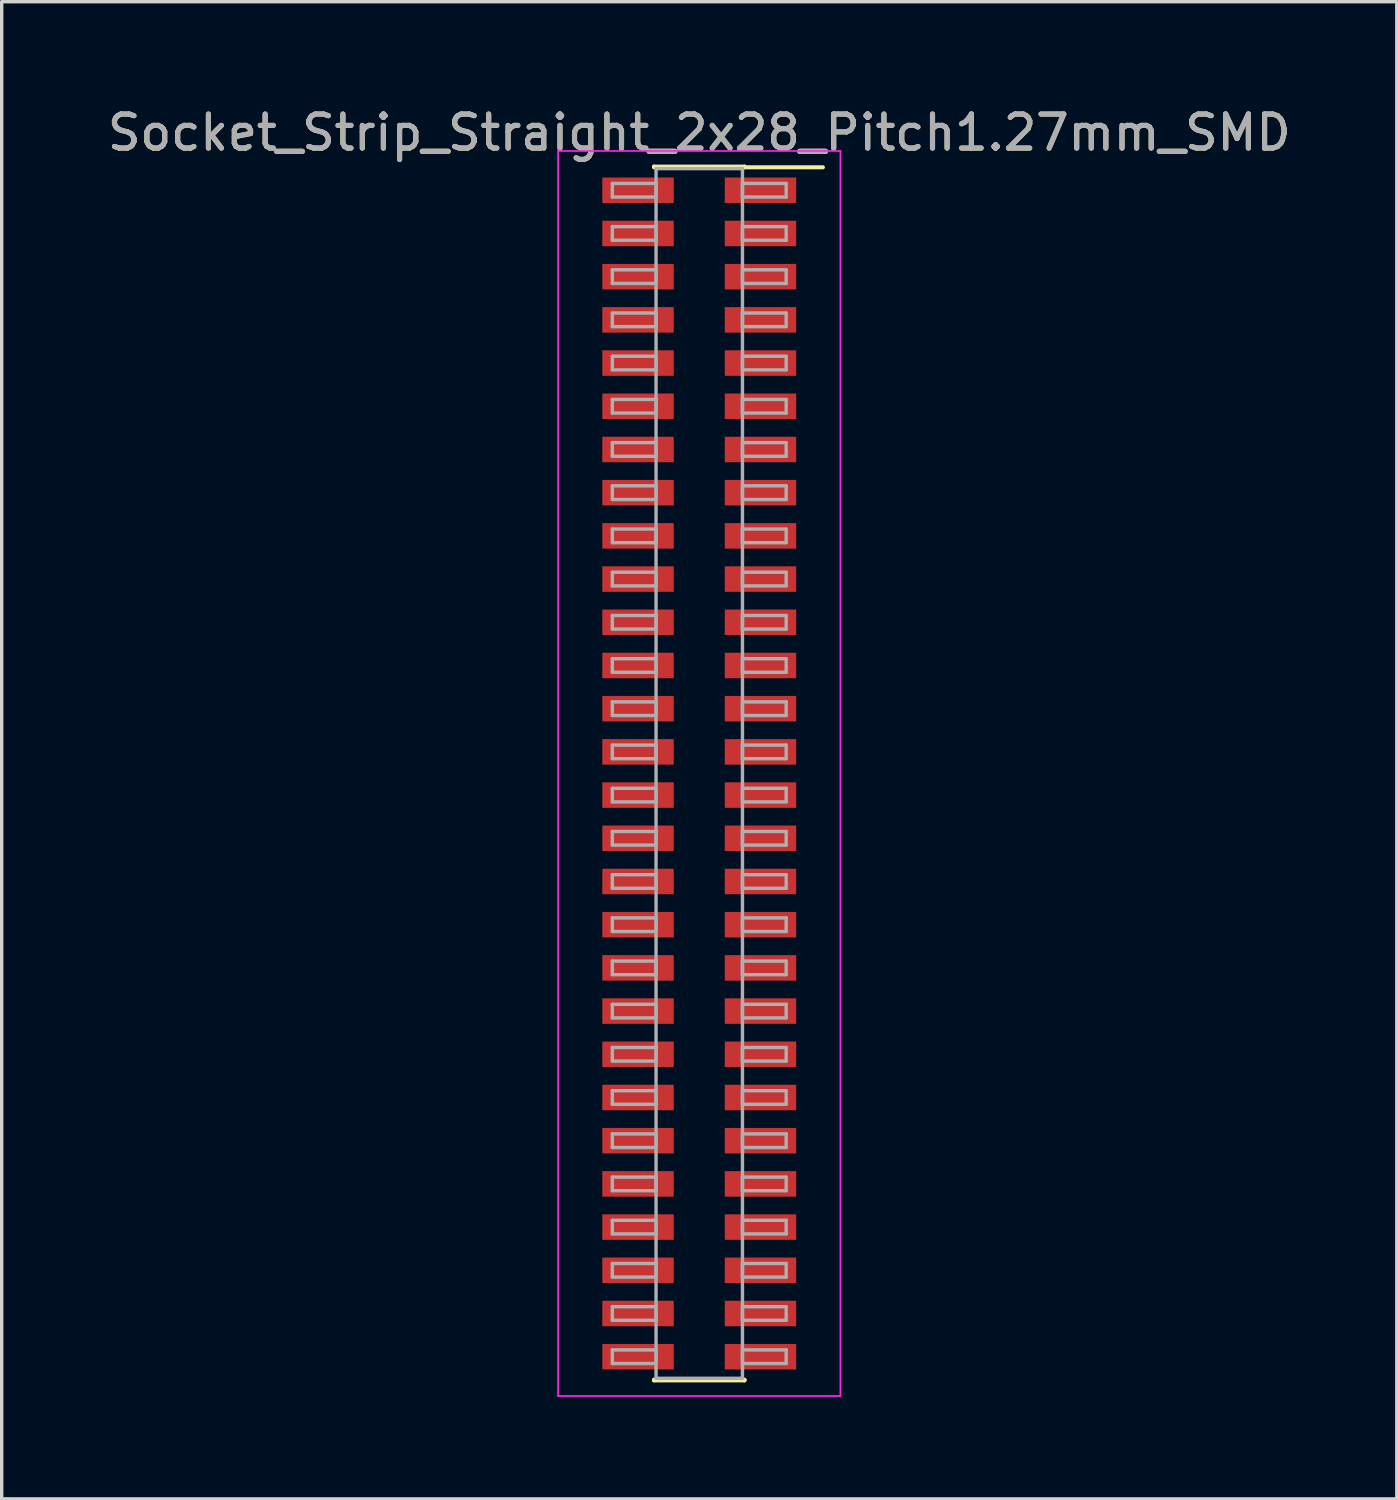
<source format=kicad_pcb>
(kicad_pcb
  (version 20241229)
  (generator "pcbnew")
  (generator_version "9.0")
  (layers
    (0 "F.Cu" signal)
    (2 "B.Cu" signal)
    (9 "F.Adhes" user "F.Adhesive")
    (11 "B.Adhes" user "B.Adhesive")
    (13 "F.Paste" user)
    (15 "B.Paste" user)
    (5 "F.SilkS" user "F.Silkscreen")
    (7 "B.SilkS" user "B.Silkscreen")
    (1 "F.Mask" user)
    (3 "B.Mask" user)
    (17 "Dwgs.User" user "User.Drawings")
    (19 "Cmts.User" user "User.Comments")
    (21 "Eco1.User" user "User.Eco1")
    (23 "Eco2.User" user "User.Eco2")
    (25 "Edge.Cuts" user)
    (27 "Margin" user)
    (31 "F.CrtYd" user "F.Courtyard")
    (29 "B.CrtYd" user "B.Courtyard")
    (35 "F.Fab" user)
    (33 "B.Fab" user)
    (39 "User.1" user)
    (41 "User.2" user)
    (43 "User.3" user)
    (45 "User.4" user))
  (footprint "Socket_Strip_Straight_2x28_Pitch1.27mm_SMD"
    (layer "F.Cu")
    (at 17.506 19.688)
    (property "Reference" "Socket_Strip_Straight_2x28_Pitch1.27mm_SMD" (at 0 -18.84 0) (layer "F.SilkS") (effects (font (size 1 1) (thickness 0.15))))
    (attr smd)
    (fp_line (start -1.33 -17.84) (end 1.33 -17.84) (stroke (width 0.12) (type solid)) (layer "F.SilkS"))
    (fp_line (start -1.33 -17.82) (end -1.33 -17.84) (stroke (width 0.12) (type solid)) (layer "F.SilkS"))
    (fp_line (start -1.33 17.82) (end -1.33 17.84) (stroke (width 0.12) (type solid)) (layer "F.SilkS"))
    (fp_line (start -1.33 17.84) (end 1.33 17.84) (stroke (width 0.12) (type solid)) (layer "F.SilkS"))
    (fp_line (start 1.33 -17.84) (end 1.33 -17.82) (stroke (width 0.12) (type solid)) (layer "F.SilkS"))
    (fp_line (start 1.33 17.84) (end 1.33 17.82) (stroke (width 0.12) (type solid)) (layer "F.SilkS"))
    (fp_line (start 3.635 -17.82) (end 1.33 -17.82) (stroke (width 0.12) (type solid)) (layer "F.SilkS"))
    (fp_line (start -4.15 -18.3) (end -4.15 18.3) (stroke (width 0.05) (type solid)) (layer "F.CrtYd"))
    (fp_line (start -4.15 18.3) (end 4.15 18.3) (stroke (width 0.05) (type solid)) (layer "F.CrtYd"))
    (fp_line (start 4.15 -18.3) (end -4.15 -18.3) (stroke (width 0.05) (type solid)) (layer "F.CrtYd"))
    (fp_line (start 4.15 18.3) (end 4.15 -18.3) (stroke (width 0.05) (type solid)) (layer "F.CrtYd"))
    (fp_line (start -2.555 -17.345) (end -1.27 -17.345) (stroke (width 0.1) (type solid)) (layer "F.Fab"))
    (fp_line (start -2.555 -16.945) (end -2.555 -17.345) (stroke (width 0.1) (type solid)) (layer "F.Fab"))
    (fp_line (start -2.555 -16.075) (end -1.27 -16.075) (stroke (width 0.1) (type solid)) (layer "F.Fab"))
    (fp_line (start -2.555 -15.675) (end -2.555 -16.075) (stroke (width 0.1) (type solid)) (layer "F.Fab"))
    (fp_line (start -2.555 -14.805) (end -1.27 -14.805) (stroke (width 0.1) (type solid)) (layer "F.Fab"))
    (fp_line (start -2.555 -14.405) (end -2.555 -14.805) (stroke (width 0.1) (type solid)) (layer "F.Fab"))
    (fp_line (start -2.555 -13.535) (end -1.27 -13.535) (stroke (width 0.1) (type solid)) (layer "F.Fab"))
    (fp_line (start -2.555 -13.135) (end -2.555 -13.535) (stroke (width 0.1) (type solid)) (layer "F.Fab"))
    (fp_line (start -2.555 -12.265) (end -1.27 -12.265) (stroke (width 0.1) (type solid)) (layer "F.Fab"))
    (fp_line (start -2.555 -11.865) (end -2.555 -12.265) (stroke (width 0.1) (type solid)) (layer "F.Fab"))
    (fp_line (start -2.555 -10.995) (end -1.27 -10.995) (stroke (width 0.1) (type solid)) (layer "F.Fab"))
    (fp_line (start -2.555 -10.595) (end -2.555 -10.995) (stroke (width 0.1) (type solid)) (layer "F.Fab"))
    (fp_line (start -2.555 -9.725) (end -1.27 -9.725) (stroke (width 0.1) (type solid)) (layer "F.Fab"))
    (fp_line (start -2.555 -9.325) (end -2.555 -9.725) (stroke (width 0.1) (type solid)) (layer "F.Fab"))
    (fp_line (start -2.555 -8.455) (end -1.27 -8.455) (stroke (width 0.1) (type solid)) (layer "F.Fab"))
    (fp_line (start -2.555 -8.055) (end -2.555 -8.455) (stroke (width 0.1) (type solid)) (layer "F.Fab"))
    (fp_line (start -2.555 -7.185) (end -1.27 -7.185) (stroke (width 0.1) (type solid)) (layer "F.Fab"))
    (fp_line (start -2.555 -6.785) (end -2.555 -7.185) (stroke (width 0.1) (type solid)) (layer "F.Fab"))
    (fp_line (start -2.555 -5.915) (end -1.27 -5.915) (stroke (width 0.1) (type solid)) (layer "F.Fab"))
    (fp_line (start -2.555 -5.515) (end -2.555 -5.915) (stroke (width 0.1) (type solid)) (layer "F.Fab"))
    (fp_line (start -2.555 -4.645) (end -1.27 -4.645) (stroke (width 0.1) (type solid)) (layer "F.Fab"))
    (fp_line (start -2.555 -4.245) (end -2.555 -4.645) (stroke (width 0.1) (type solid)) (layer "F.Fab"))
    (fp_line (start -2.555 -3.375) (end -1.27 -3.375) (stroke (width 0.1) (type solid)) (layer "F.Fab"))
    (fp_line (start -2.555 -2.975) (end -2.555 -3.375) (stroke (width 0.1) (type solid)) (layer "F.Fab"))
    (fp_line (start -2.555 -2.105) (end -1.27 -2.105) (stroke (width 0.1) (type solid)) (layer "F.Fab"))
    (fp_line (start -2.555 -1.705) (end -2.555 -2.105) (stroke (width 0.1) (type solid)) (layer "F.Fab"))
    (fp_line (start -2.555 -0.835) (end -1.27 -0.835) (stroke (width 0.1) (type solid)) (layer "F.Fab"))
    (fp_line (start -2.555 -0.435) (end -2.555 -0.835) (stroke (width 0.1) (type solid)) (layer "F.Fab"))
    (fp_line (start -2.555 0.435) (end -1.27 0.435) (stroke (width 0.1) (type solid)) (layer "F.Fab"))
    (fp_line (start -2.555 0.835) (end -2.555 0.435) (stroke (width 0.1) (type solid)) (layer "F.Fab"))
    (fp_line (start -2.555 1.705) (end -1.27 1.705) (stroke (width 0.1) (type solid)) (layer "F.Fab"))
    (fp_line (start -2.555 2.105) (end -2.555 1.705) (stroke (width 0.1) (type solid)) (layer "F.Fab"))
    (fp_line (start -2.555 2.975) (end -1.27 2.975) (stroke (width 0.1) (type solid)) (layer "F.Fab"))
    (fp_line (start -2.555 3.375) (end -2.555 2.975) (stroke (width 0.1) (type solid)) (layer "F.Fab"))
    (fp_line (start -2.555 4.245) (end -1.27 4.245) (stroke (width 0.1) (type solid)) (layer "F.Fab"))
    (fp_line (start -2.555 4.645) (end -2.555 4.245) (stroke (width 0.1) (type solid)) (layer "F.Fab"))
    (fp_line (start -2.555 5.515) (end -1.27 5.515) (stroke (width 0.1) (type solid)) (layer "F.Fab"))
    (fp_line (start -2.555 5.915) (end -2.555 5.515) (stroke (width 0.1) (type solid)) (layer "F.Fab"))
    (fp_line (start -2.555 6.785) (end -1.27 6.785) (stroke (width 0.1) (type solid)) (layer "F.Fab"))
    (fp_line (start -2.555 7.185) (end -2.555 6.785) (stroke (width 0.1) (type solid)) (layer "F.Fab"))
    (fp_line (start -2.555 8.055) (end -1.27 8.055) (stroke (width 0.1) (type solid)) (layer "F.Fab"))
    (fp_line (start -2.555 8.455) (end -2.555 8.055) (stroke (width 0.1) (type solid)) (layer "F.Fab"))
    (fp_line (start -2.555 9.325) (end -1.27 9.325) (stroke (width 0.1) (type solid)) (layer "F.Fab"))
    (fp_line (start -2.555 9.725) (end -2.555 9.325) (stroke (width 0.1) (type solid)) (layer "F.Fab"))
    (fp_line (start -2.555 10.595) (end -1.27 10.595) (stroke (width 0.1) (type solid)) (layer "F.Fab"))
    (fp_line (start -2.555 10.995) (end -2.555 10.595) (stroke (width 0.1) (type solid)) (layer "F.Fab"))
    (fp_line (start -2.555 11.865) (end -1.27 11.865) (stroke (width 0.1) (type solid)) (layer "F.Fab"))
    (fp_line (start -2.555 12.265) (end -2.555 11.865) (stroke (width 0.1) (type solid)) (layer "F.Fab"))
    (fp_line (start -2.555 13.135) (end -1.27 13.135) (stroke (width 0.1) (type solid)) (layer "F.Fab"))
    (fp_line (start -2.555 13.535) (end -2.555 13.135) (stroke (width 0.1) (type solid)) (layer "F.Fab"))
    (fp_line (start -2.555 14.405) (end -1.27 14.405) (stroke (width 0.1) (type solid)) (layer "F.Fab"))
    (fp_line (start -2.555 14.805) (end -2.555 14.405) (stroke (width 0.1) (type solid)) (layer "F.Fab"))
    (fp_line (start -2.555 15.675) (end -1.27 15.675) (stroke (width 0.1) (type solid)) (layer "F.Fab"))
    (fp_line (start -2.555 16.075) (end -2.555 15.675) (stroke (width 0.1) (type solid)) (layer "F.Fab"))
    (fp_line (start -2.555 16.945) (end -1.27 16.945) (stroke (width 0.1) (type solid)) (layer "F.Fab"))
    (fp_line (start -2.555 17.345) (end -2.555 16.945) (stroke (width 0.1) (type solid)) (layer "F.Fab"))
    (fp_line (start -1.27 -17.78) (end -1.27 17.78) (stroke (width 0.1) (type solid)) (layer "F.Fab"))
    (fp_line (start -1.27 -17.345) (end -1.27 -16.945) (stroke (width 0.1) (type solid)) (layer "F.Fab"))
    (fp_line (start -1.27 -16.945) (end -2.555 -16.945) (stroke (width 0.1) (type solid)) (layer "F.Fab"))
    (fp_line (start -1.27 -16.075) (end -1.27 -15.675) (stroke (width 0.1) (type solid)) (layer "F.Fab"))
    (fp_line (start -1.27 -15.675) (end -2.555 -15.675) (stroke (width 0.1) (type solid)) (layer "F.Fab"))
    (fp_line (start -1.27 -14.805) (end -1.27 -14.405) (stroke (width 0.1) (type solid)) (layer "F.Fab"))
    (fp_line (start -1.27 -14.405) (end -2.555 -14.405) (stroke (width 0.1) (type solid)) (layer "F.Fab"))
    (fp_line (start -1.27 -13.535) (end -1.27 -13.135) (stroke (width 0.1) (type solid)) (layer "F.Fab"))
    (fp_line (start -1.27 -13.135) (end -2.555 -13.135) (stroke (width 0.1) (type solid)) (layer "F.Fab"))
    (fp_line (start -1.27 -12.265) (end -1.27 -11.865) (stroke (width 0.1) (type solid)) (layer "F.Fab"))
    (fp_line (start -1.27 -11.865) (end -2.555 -11.865) (stroke (width 0.1) (type solid)) (layer "F.Fab"))
    (fp_line (start -1.27 -10.995) (end -1.27 -10.595) (stroke (width 0.1) (type solid)) (layer "F.Fab"))
    (fp_line (start -1.27 -10.595) (end -2.555 -10.595) (stroke (width 0.1) (type solid)) (layer "F.Fab"))
    (fp_line (start -1.27 -9.725) (end -1.27 -9.325) (stroke (width 0.1) (type solid)) (layer "F.Fab"))
    (fp_line (start -1.27 -9.325) (end -2.555 -9.325) (stroke (width 0.1) (type solid)) (layer "F.Fab"))
    (fp_line (start -1.27 -8.455) (end -1.27 -8.055) (stroke (width 0.1) (type solid)) (layer "F.Fab"))
    (fp_line (start -1.27 -8.055) (end -2.555 -8.055) (stroke (width 0.1) (type solid)) (layer "F.Fab"))
    (fp_line (start -1.27 -7.185) (end -1.27 -6.785) (stroke (width 0.1) (type solid)) (layer "F.Fab"))
    (fp_line (start -1.27 -6.785) (end -2.555 -6.785) (stroke (width 0.1) (type solid)) (layer "F.Fab"))
    (fp_line (start -1.27 -5.915) (end -1.27 -5.515) (stroke (width 0.1) (type solid)) (layer "F.Fab"))
    (fp_line (start -1.27 -5.515) (end -2.555 -5.515) (stroke (width 0.1) (type solid)) (layer "F.Fab"))
    (fp_line (start -1.27 -4.645) (end -1.27 -4.245) (stroke (width 0.1) (type solid)) (layer "F.Fab"))
    (fp_line (start -1.27 -4.245) (end -2.555 -4.245) (stroke (width 0.1) (type solid)) (layer "F.Fab"))
    (fp_line (start -1.27 -3.375) (end -1.27 -2.975) (stroke (width 0.1) (type solid)) (layer "F.Fab"))
    (fp_line (start -1.27 -2.975) (end -2.555 -2.975) (stroke (width 0.1) (type solid)) (layer "F.Fab"))
    (fp_line (start -1.27 -2.105) (end -1.27 -1.705) (stroke (width 0.1) (type solid)) (layer "F.Fab"))
    (fp_line (start -1.27 -1.705) (end -2.555 -1.705) (stroke (width 0.1) (type solid)) (layer "F.Fab"))
    (fp_line (start -1.27 -0.835) (end -1.27 -0.435) (stroke (width 0.1) (type solid)) (layer "F.Fab"))
    (fp_line (start -1.27 -0.435) (end -2.555 -0.435) (stroke (width 0.1) (type solid)) (layer "F.Fab"))
    (fp_line (start -1.27 0.435) (end -1.27 0.835) (stroke (width 0.1) (type solid)) (layer "F.Fab"))
    (fp_line (start -1.27 0.835) (end -2.555 0.835) (stroke (width 0.1) (type solid)) (layer "F.Fab"))
    (fp_line (start -1.27 1.705) (end -1.27 2.105) (stroke (width 0.1) (type solid)) (layer "F.Fab"))
    (fp_line (start -1.27 2.105) (end -2.555 2.105) (stroke (width 0.1) (type solid)) (layer "F.Fab"))
    (fp_line (start -1.27 2.975) (end -1.27 3.375) (stroke (width 0.1) (type solid)) (layer "F.Fab"))
    (fp_line (start -1.27 3.375) (end -2.555 3.375) (stroke (width 0.1) (type solid)) (layer "F.Fab"))
    (fp_line (start -1.27 4.245) (end -1.27 4.645) (stroke (width 0.1) (type solid)) (layer "F.Fab"))
    (fp_line (start -1.27 4.645) (end -2.555 4.645) (stroke (width 0.1) (type solid)) (layer "F.Fab"))
    (fp_line (start -1.27 5.515) (end -1.27 5.915) (stroke (width 0.1) (type solid)) (layer "F.Fab"))
    (fp_line (start -1.27 5.915) (end -2.555 5.915) (stroke (width 0.1) (type solid)) (layer "F.Fab"))
    (fp_line (start -1.27 6.785) (end -1.27 7.185) (stroke (width 0.1) (type solid)) (layer "F.Fab"))
    (fp_line (start -1.27 7.185) (end -2.555 7.185) (stroke (width 0.1) (type solid)) (layer "F.Fab"))
    (fp_line (start -1.27 8.055) (end -1.27 8.455) (stroke (width 0.1) (type solid)) (layer "F.Fab"))
    (fp_line (start -1.27 8.455) (end -2.555 8.455) (stroke (width 0.1) (type solid)) (layer "F.Fab"))
    (fp_line (start -1.27 9.325) (end -1.27 9.725) (stroke (width 0.1) (type solid)) (layer "F.Fab"))
    (fp_line (start -1.27 9.725) (end -2.555 9.725) (stroke (width 0.1) (type solid)) (layer "F.Fab"))
    (fp_line (start -1.27 10.595) (end -1.27 10.995) (stroke (width 0.1) (type solid)) (layer "F.Fab"))
    (fp_line (start -1.27 10.995) (end -2.555 10.995) (stroke (width 0.1) (type solid)) (layer "F.Fab"))
    (fp_line (start -1.27 11.865) (end -1.27 12.265) (stroke (width 0.1) (type solid)) (layer "F.Fab"))
    (fp_line (start -1.27 12.265) (end -2.555 12.265) (stroke (width 0.1) (type solid)) (layer "F.Fab"))
    (fp_line (start -1.27 13.135) (end -1.27 13.535) (stroke (width 0.1) (type solid)) (layer "F.Fab"))
    (fp_line (start -1.27 13.535) (end -2.555 13.535) (stroke (width 0.1) (type solid)) (layer "F.Fab"))
    (fp_line (start -1.27 14.405) (end -1.27 14.805) (stroke (width 0.1) (type solid)) (layer "F.Fab"))
    (fp_line (start -1.27 14.805) (end -2.555 14.805) (stroke (width 0.1) (type solid)) (layer "F.Fab"))
    (fp_line (start -1.27 15.675) (end -1.27 16.075) (stroke (width 0.1) (type solid)) (layer "F.Fab"))
    (fp_line (start -1.27 16.075) (end -2.555 16.075) (stroke (width 0.1) (type solid)) (layer "F.Fab"))
    (fp_line (start -1.27 16.945) (end -1.27 17.345) (stroke (width 0.1) (type solid)) (layer "F.Fab"))
    (fp_line (start -1.27 17.345) (end -2.555 17.345) (stroke (width 0.1) (type solid)) (layer "F.Fab"))
    (fp_line (start -1.27 17.78) (end 1.27 17.78) (stroke (width 0.1) (type solid)) (layer "F.Fab"))
    (fp_line (start 1.27 -17.78) (end -1.27 -17.78) (stroke (width 0.1) (type solid)) (layer "F.Fab"))
    (fp_line (start 1.27 -17.345) (end 1.27 -16.945) (stroke (width 0.1) (type solid)) (layer "F.Fab"))
    (fp_line (start 1.27 -16.945) (end 2.555 -16.945) (stroke (width 0.1) (type solid)) (layer "F.Fab"))
    (fp_line (start 1.27 -16.075) (end 1.27 -15.675) (stroke (width 0.1) (type solid)) (layer "F.Fab"))
    (fp_line (start 1.27 -15.675) (end 2.555 -15.675) (stroke (width 0.1) (type solid)) (layer "F.Fab"))
    (fp_line (start 1.27 -14.805) (end 1.27 -14.405) (stroke (width 0.1) (type solid)) (layer "F.Fab"))
    (fp_line (start 1.27 -14.405) (end 2.555 -14.405) (stroke (width 0.1) (type solid)) (layer "F.Fab"))
    (fp_line (start 1.27 -13.535) (end 1.27 -13.135) (stroke (width 0.1) (type solid)) (layer "F.Fab"))
    (fp_line (start 1.27 -13.135) (end 2.555 -13.135) (stroke (width 0.1) (type solid)) (layer "F.Fab"))
    (fp_line (start 1.27 -12.265) (end 1.27 -11.865) (stroke (width 0.1) (type solid)) (layer "F.Fab"))
    (fp_line (start 1.27 -11.865) (end 2.555 -11.865) (stroke (width 0.1) (type solid)) (layer "F.Fab"))
    (fp_line (start 1.27 -10.995) (end 1.27 -10.595) (stroke (width 0.1) (type solid)) (layer "F.Fab"))
    (fp_line (start 1.27 -10.595) (end 2.555 -10.595) (stroke (width 0.1) (type solid)) (layer "F.Fab"))
    (fp_line (start 1.27 -9.725) (end 1.27 -9.325) (stroke (width 0.1) (type solid)) (layer "F.Fab"))
    (fp_line (start 1.27 -9.325) (end 2.555 -9.325) (stroke (width 0.1) (type solid)) (layer "F.Fab"))
    (fp_line (start 1.27 -8.455) (end 1.27 -8.055) (stroke (width 0.1) (type solid)) (layer "F.Fab"))
    (fp_line (start 1.27 -8.055) (end 2.555 -8.055) (stroke (width 0.1) (type solid)) (layer "F.Fab"))
    (fp_line (start 1.27 -7.185) (end 1.27 -6.785) (stroke (width 0.1) (type solid)) (layer "F.Fab"))
    (fp_line (start 1.27 -6.785) (end 2.555 -6.785) (stroke (width 0.1) (type solid)) (layer "F.Fab"))
    (fp_line (start 1.27 -5.915) (end 1.27 -5.515) (stroke (width 0.1) (type solid)) (layer "F.Fab"))
    (fp_line (start 1.27 -5.515) (end 2.555 -5.515) (stroke (width 0.1) (type solid)) (layer "F.Fab"))
    (fp_line (start 1.27 -4.645) (end 1.27 -4.245) (stroke (width 0.1) (type solid)) (layer "F.Fab"))
    (fp_line (start 1.27 -4.245) (end 2.555 -4.245) (stroke (width 0.1) (type solid)) (layer "F.Fab"))
    (fp_line (start 1.27 -3.375) (end 1.27 -2.975) (stroke (width 0.1) (type solid)) (layer "F.Fab"))
    (fp_line (start 1.27 -2.975) (end 2.555 -2.975) (stroke (width 0.1) (type solid)) (layer "F.Fab"))
    (fp_line (start 1.27 -2.105) (end 1.27 -1.705) (stroke (width 0.1) (type solid)) (layer "F.Fab"))
    (fp_line (start 1.27 -1.705) (end 2.555 -1.705) (stroke (width 0.1) (type solid)) (layer "F.Fab"))
    (fp_line (start 1.27 -0.835) (end 1.27 -0.435) (stroke (width 0.1) (type solid)) (layer "F.Fab"))
    (fp_line (start 1.27 -0.435) (end 2.555 -0.435) (stroke (width 0.1) (type solid)) (layer "F.Fab"))
    (fp_line (start 1.27 0.435) (end 1.27 0.835) (stroke (width 0.1) (type solid)) (layer "F.Fab"))
    (fp_line (start 1.27 0.835) (end 2.555 0.835) (stroke (width 0.1) (type solid)) (layer "F.Fab"))
    (fp_line (start 1.27 1.705) (end 1.27 2.105) (stroke (width 0.1) (type solid)) (layer "F.Fab"))
    (fp_line (start 1.27 2.105) (end 2.555 2.105) (stroke (width 0.1) (type solid)) (layer "F.Fab"))
    (fp_line (start 1.27 2.975) (end 1.27 3.375) (stroke (width 0.1) (type solid)) (layer "F.Fab"))
    (fp_line (start 1.27 3.375) (end 2.555 3.375) (stroke (width 0.1) (type solid)) (layer "F.Fab"))
    (fp_line (start 1.27 4.245) (end 1.27 4.645) (stroke (width 0.1) (type solid)) (layer "F.Fab"))
    (fp_line (start 1.27 4.645) (end 2.555 4.645) (stroke (width 0.1) (type solid)) (layer "F.Fab"))
    (fp_line (start 1.27 5.515) (end 1.27 5.915) (stroke (width 0.1) (type solid)) (layer "F.Fab"))
    (fp_line (start 1.27 5.915) (end 2.555 5.915) (stroke (width 0.1) (type solid)) (layer "F.Fab"))
    (fp_line (start 1.27 6.785) (end 1.27 7.185) (stroke (width 0.1) (type solid)) (layer "F.Fab"))
    (fp_line (start 1.27 7.185) (end 2.555 7.185) (stroke (width 0.1) (type solid)) (layer "F.Fab"))
    (fp_line (start 1.27 8.055) (end 1.27 8.455) (stroke (width 0.1) (type solid)) (layer "F.Fab"))
    (fp_line (start 1.27 8.455) (end 2.555 8.455) (stroke (width 0.1) (type solid)) (layer "F.Fab"))
    (fp_line (start 1.27 9.325) (end 1.27 9.725) (stroke (width 0.1) (type solid)) (layer "F.Fab"))
    (fp_line (start 1.27 9.725) (end 2.555 9.725) (stroke (width 0.1) (type solid)) (layer "F.Fab"))
    (fp_line (start 1.27 10.595) (end 1.27 10.995) (stroke (width 0.1) (type solid)) (layer "F.Fab"))
    (fp_line (start 1.27 10.995) (end 2.555 10.995) (stroke (width 0.1) (type solid)) (layer "F.Fab"))
    (fp_line (start 1.27 11.865) (end 1.27 12.265) (stroke (width 0.1) (type solid)) (layer "F.Fab"))
    (fp_line (start 1.27 12.265) (end 2.555 12.265) (stroke (width 0.1) (type solid)) (layer "F.Fab"))
    (fp_line (start 1.27 13.135) (end 1.27 13.535) (stroke (width 0.1) (type solid)) (layer "F.Fab"))
    (fp_line (start 1.27 13.535) (end 2.555 13.535) (stroke (width 0.1) (type solid)) (layer "F.Fab"))
    (fp_line (start 1.27 14.405) (end 1.27 14.805) (stroke (width 0.1) (type solid)) (layer "F.Fab"))
    (fp_line (start 1.27 14.805) (end 2.555 14.805) (stroke (width 0.1) (type solid)) (layer "F.Fab"))
    (fp_line (start 1.27 15.675) (end 1.27 16.075) (stroke (width 0.1) (type solid)) (layer "F.Fab"))
    (fp_line (start 1.27 16.075) (end 2.555 16.075) (stroke (width 0.1) (type solid)) (layer "F.Fab"))
    (fp_line (start 1.27 16.945) (end 1.27 17.345) (stroke (width 0.1) (type solid)) (layer "F.Fab"))
    (fp_line (start 1.27 17.345) (end 2.555 17.345) (stroke (width 0.1) (type solid)) (layer "F.Fab"))
    (fp_line (start 1.27 17.78) (end 1.27 -17.78) (stroke (width 0.1) (type solid)) (layer "F.Fab"))
    (fp_line (start 2.555 -17.345) (end 1.27 -17.345) (stroke (width 0.1) (type solid)) (layer "F.Fab"))
    (fp_line (start 2.555 -16.945) (end 2.555 -17.345) (stroke (width 0.1) (type solid)) (layer "F.Fab"))
    (fp_line (start 2.555 -16.075) (end 1.27 -16.075) (stroke (width 0.1) (type solid)) (layer "F.Fab"))
    (fp_line (start 2.555 -15.675) (end 2.555 -16.075) (stroke (width 0.1) (type solid)) (layer "F.Fab"))
    (fp_line (start 2.555 -14.805) (end 1.27 -14.805) (stroke (width 0.1) (type solid)) (layer "F.Fab"))
    (fp_line (start 2.555 -14.405) (end 2.555 -14.805) (stroke (width 0.1) (type solid)) (layer "F.Fab"))
    (fp_line (start 2.555 -13.535) (end 1.27 -13.535) (stroke (width 0.1) (type solid)) (layer "F.Fab"))
    (fp_line (start 2.555 -13.135) (end 2.555 -13.535) (stroke (width 0.1) (type solid)) (layer "F.Fab"))
    (fp_line (start 2.555 -12.265) (end 1.27 -12.265) (stroke (width 0.1) (type solid)) (layer "F.Fab"))
    (fp_line (start 2.555 -11.865) (end 2.555 -12.265) (stroke (width 0.1) (type solid)) (layer "F.Fab"))
    (fp_line (start 2.555 -10.995) (end 1.27 -10.995) (stroke (width 0.1) (type solid)) (layer "F.Fab"))
    (fp_line (start 2.555 -10.595) (end 2.555 -10.995) (stroke (width 0.1) (type solid)) (layer "F.Fab"))
    (fp_line (start 2.555 -9.725) (end 1.27 -9.725) (stroke (width 0.1) (type solid)) (layer "F.Fab"))
    (fp_line (start 2.555 -9.325) (end 2.555 -9.725) (stroke (width 0.1) (type solid)) (layer "F.Fab"))
    (fp_line (start 2.555 -8.455) (end 1.27 -8.455) (stroke (width 0.1) (type solid)) (layer "F.Fab"))
    (fp_line (start 2.555 -8.055) (end 2.555 -8.455) (stroke (width 0.1) (type solid)) (layer "F.Fab"))
    (fp_line (start 2.555 -7.185) (end 1.27 -7.185) (stroke (width 0.1) (type solid)) (layer "F.Fab"))
    (fp_line (start 2.555 -6.785) (end 2.555 -7.185) (stroke (width 0.1) (type solid)) (layer "F.Fab"))
    (fp_line (start 2.555 -5.915) (end 1.27 -5.915) (stroke (width 0.1) (type solid)) (layer "F.Fab"))
    (fp_line (start 2.555 -5.515) (end 2.555 -5.915) (stroke (width 0.1) (type solid)) (layer "F.Fab"))
    (fp_line (start 2.555 -4.645) (end 1.27 -4.645) (stroke (width 0.1) (type solid)) (layer "F.Fab"))
    (fp_line (start 2.555 -4.245) (end 2.555 -4.645) (stroke (width 0.1) (type solid)) (layer "F.Fab"))
    (fp_line (start 2.555 -3.375) (end 1.27 -3.375) (stroke (width 0.1) (type solid)) (layer "F.Fab"))
    (fp_line (start 2.555 -2.975) (end 2.555 -3.375) (stroke (width 0.1) (type solid)) (layer "F.Fab"))
    (fp_line (start 2.555 -2.105) (end 1.27 -2.105) (stroke (width 0.1) (type solid)) (layer "F.Fab"))
    (fp_line (start 2.555 -1.705) (end 2.555 -2.105) (stroke (width 0.1) (type solid)) (layer "F.Fab"))
    (fp_line (start 2.555 -0.835) (end 1.27 -0.835) (stroke (width 0.1) (type solid)) (layer "F.Fab"))
    (fp_line (start 2.555 -0.435) (end 2.555 -0.835) (stroke (width 0.1) (type solid)) (layer "F.Fab"))
    (fp_line (start 2.555 0.435) (end 1.27 0.435) (stroke (width 0.1) (type solid)) (layer "F.Fab"))
    (fp_line (start 2.555 0.835) (end 2.555 0.435) (stroke (width 0.1) (type solid)) (layer "F.Fab"))
    (fp_line (start 2.555 1.705) (end 1.27 1.705) (stroke (width 0.1) (type solid)) (layer "F.Fab"))
    (fp_line (start 2.555 2.105) (end 2.555 1.705) (stroke (width 0.1) (type solid)) (layer "F.Fab"))
    (fp_line (start 2.555 2.975) (end 1.27 2.975) (stroke (width 0.1) (type solid)) (layer "F.Fab"))
    (fp_line (start 2.555 3.375) (end 2.555 2.975) (stroke (width 0.1) (type solid)) (layer "F.Fab"))
    (fp_line (start 2.555 4.245) (end 1.27 4.245) (stroke (width 0.1) (type solid)) (layer "F.Fab"))
    (fp_line (start 2.555 4.645) (end 2.555 4.245) (stroke (width 0.1) (type solid)) (layer "F.Fab"))
    (fp_line (start 2.555 5.515) (end 1.27 5.515) (stroke (width 0.1) (type solid)) (layer "F.Fab"))
    (fp_line (start 2.555 5.915) (end 2.555 5.515) (stroke (width 0.1) (type solid)) (layer "F.Fab"))
    (fp_line (start 2.555 6.785) (end 1.27 6.785) (stroke (width 0.1) (type solid)) (layer "F.Fab"))
    (fp_line (start 2.555 7.185) (end 2.555 6.785) (stroke (width 0.1) (type solid)) (layer "F.Fab"))
    (fp_line (start 2.555 8.055) (end 1.27 8.055) (stroke (width 0.1) (type solid)) (layer "F.Fab"))
    (fp_line (start 2.555 8.455) (end 2.555 8.055) (stroke (width 0.1) (type solid)) (layer "F.Fab"))
    (fp_line (start 2.555 9.325) (end 1.27 9.325) (stroke (width 0.1) (type solid)) (layer "F.Fab"))
    (fp_line (start 2.555 9.725) (end 2.555 9.325) (stroke (width 0.1) (type solid)) (layer "F.Fab"))
    (fp_line (start 2.555 10.595) (end 1.27 10.595) (stroke (width 0.1) (type solid)) (layer "F.Fab"))
    (fp_line (start 2.555 10.995) (end 2.555 10.595) (stroke (width 0.1) (type solid)) (layer "F.Fab"))
    (fp_line (start 2.555 11.865) (end 1.27 11.865) (stroke (width 0.1) (type solid)) (layer "F.Fab"))
    (fp_line (start 2.555 12.265) (end 2.555 11.865) (stroke (width 0.1) (type solid)) (layer "F.Fab"))
    (fp_line (start 2.555 13.135) (end 1.27 13.135) (stroke (width 0.1) (type solid)) (layer "F.Fab"))
    (fp_line (start 2.555 13.535) (end 2.555 13.135) (stroke (width 0.1) (type solid)) (layer "F.Fab"))
    (fp_line (start 2.555 14.405) (end 1.27 14.405) (stroke (width 0.1) (type solid)) (layer "F.Fab"))
    (fp_line (start 2.555 14.805) (end 2.555 14.405) (stroke (width 0.1) (type solid)) (layer "F.Fab"))
    (fp_line (start 2.555 15.675) (end 1.27 15.675) (stroke (width 0.1) (type solid)) (layer "F.Fab"))
    (fp_line (start 2.555 16.075) (end 2.555 15.675) (stroke (width 0.1) (type solid)) (layer "F.Fab"))
    (fp_line (start 2.555 16.945) (end 1.27 16.945) (stroke (width 0.1) (type solid)) (layer "F.Fab"))
    (fp_line (start 2.555 17.345) (end 2.555 16.945) (stroke (width 0.1) (type solid)) (layer "F.Fab"))
    (fp_text user "${REFERENCE}" (at 0 -18.84 0) (layer "F.Fab") (effects (font (size 1 1) (thickness 0.15))))
    (pad "1" smd rect (at 1.8 -17.145) (size 2.1 0.75) (layers "F.Cu" "F.Mask" "F.Paste"))
    (pad "2" smd rect (at -1.8 -17.145) (size 2.1 0.75) (layers "F.Cu" "F.Mask" "F.Paste"))
    (pad "3" smd rect (at 1.8 -15.875) (size 2.1 0.75) (layers "F.Cu" "F.Mask" "F.Paste"))
    (pad "4" smd rect (at -1.8 -15.875) (size 2.1 0.75) (layers "F.Cu" "F.Mask" "F.Paste"))
    (pad "5" smd rect (at 1.8 -14.605) (size 2.1 0.75) (layers "F.Cu" "F.Mask" "F.Paste"))
    (pad "6" smd rect (at -1.8 -14.605) (size 2.1 0.75) (layers "F.Cu" "F.Mask" "F.Paste"))
    (pad "7" smd rect (at 1.8 -13.335) (size 2.1 0.75) (layers "F.Cu" "F.Mask" "F.Paste"))
    (pad "8" smd rect (at -1.8 -13.335) (size 2.1 0.75) (layers "F.Cu" "F.Mask" "F.Paste"))
    (pad "9" smd rect (at 1.8 -12.065) (size 2.1 0.75) (layers "F.Cu" "F.Mask" "F.Paste"))
    (pad "10" smd rect (at -1.8 -12.065) (size 2.1 0.75) (layers "F.Cu" "F.Mask" "F.Paste"))
    (pad "11" smd rect (at 1.8 -10.795) (size 2.1 0.75) (layers "F.Cu" "F.Mask" "F.Paste"))
    (pad "12" smd rect (at -1.8 -10.795) (size 2.1 0.75) (layers "F.Cu" "F.Mask" "F.Paste"))
    (pad "13" smd rect (at 1.8 -9.525) (size 2.1 0.75) (layers "F.Cu" "F.Mask" "F.Paste"))
    (pad "14" smd rect (at -1.8 -9.525) (size 2.1 0.75) (layers "F.Cu" "F.Mask" "F.Paste"))
    (pad "15" smd rect (at 1.8 -8.255) (size 2.1 0.75) (layers "F.Cu" "F.Mask" "F.Paste"))
    (pad "16" smd rect (at -1.8 -8.255) (size 2.1 0.75) (layers "F.Cu" "F.Mask" "F.Paste"))
    (pad "17" smd rect (at 1.8 -6.985) (size 2.1 0.75) (layers "F.Cu" "F.Mask" "F.Paste"))
    (pad "18" smd rect (at -1.8 -6.985) (size 2.1 0.75) (layers "F.Cu" "F.Mask" "F.Paste"))
    (pad "19" smd rect (at 1.8 -5.715) (size 2.1 0.75) (layers "F.Cu" "F.Mask" "F.Paste"))
    (pad "20" smd rect (at -1.8 -5.715) (size 2.1 0.75) (layers "F.Cu" "F.Mask" "F.Paste"))
    (pad "21" smd rect (at 1.8 -4.445) (size 2.1 0.75) (layers "F.Cu" "F.Mask" "F.Paste"))
    (pad "22" smd rect (at -1.8 -4.445) (size 2.1 0.75) (layers "F.Cu" "F.Mask" "F.Paste"))
    (pad "23" smd rect (at 1.8 -3.175) (size 2.1 0.75) (layers "F.Cu" "F.Mask" "F.Paste"))
    (pad "24" smd rect (at -1.8 -3.175) (size 2.1 0.75) (layers "F.Cu" "F.Mask" "F.Paste"))
    (pad "25" smd rect (at 1.8 -1.905) (size 2.1 0.75) (layers "F.Cu" "F.Mask" "F.Paste"))
    (pad "26" smd rect (at -1.8 -1.905) (size 2.1 0.75) (layers "F.Cu" "F.Mask" "F.Paste"))
    (pad "27" smd rect (at 1.8 -0.635) (size 2.1 0.75) (layers "F.Cu" "F.Mask" "F.Paste"))
    (pad "28" smd rect (at -1.8 -0.635) (size 2.1 0.75) (layers "F.Cu" "F.Mask" "F.Paste"))
    (pad "29" smd rect (at 1.8 0.635) (size 2.1 0.75) (layers "F.Cu" "F.Mask" "F.Paste"))
    (pad "30" smd rect (at -1.8 0.635) (size 2.1 0.75) (layers "F.Cu" "F.Mask" "F.Paste"))
    (pad "31" smd rect (at 1.8 1.905) (size 2.1 0.75) (layers "F.Cu" "F.Mask" "F.Paste"))
    (pad "32" smd rect (at -1.8 1.905) (size 2.1 0.75) (layers "F.Cu" "F.Mask" "F.Paste"))
    (pad "33" smd rect (at 1.8 3.175) (size 2.1 0.75) (layers "F.Cu" "F.Mask" "F.Paste"))
    (pad "34" smd rect (at -1.8 3.175) (size 2.1 0.75) (layers "F.Cu" "F.Mask" "F.Paste"))
    (pad "35" smd rect (at 1.8 4.445) (size 2.1 0.75) (layers "F.Cu" "F.Mask" "F.Paste"))
    (pad "36" smd rect (at -1.8 4.445) (size 2.1 0.75) (layers "F.Cu" "F.Mask" "F.Paste"))
    (pad "37" smd rect (at 1.8 5.715) (size 2.1 0.75) (layers "F.Cu" "F.Mask" "F.Paste"))
    (pad "38" smd rect (at -1.8 5.715) (size 2.1 0.75) (layers "F.Cu" "F.Mask" "F.Paste"))
    (pad "39" smd rect (at 1.8 6.985) (size 2.1 0.75) (layers "F.Cu" "F.Mask" "F.Paste"))
    (pad "40" smd rect (at -1.8 6.985) (size 2.1 0.75) (layers "F.Cu" "F.Mask" "F.Paste"))
    (pad "41" smd rect (at 1.8 8.255) (size 2.1 0.75) (layers "F.Cu" "F.Mask" "F.Paste"))
    (pad "42" smd rect (at -1.8 8.255) (size 2.1 0.75) (layers "F.Cu" "F.Mask" "F.Paste"))
    (pad "43" smd rect (at 1.8 9.525) (size 2.1 0.75) (layers "F.Cu" "F.Mask" "F.Paste"))
    (pad "44" smd rect (at -1.8 9.525) (size 2.1 0.75) (layers "F.Cu" "F.Mask" "F.Paste"))
    (pad "45" smd rect (at 1.8 10.795) (size 2.1 0.75) (layers "F.Cu" "F.Mask" "F.Paste"))
    (pad "46" smd rect (at -1.8 10.795) (size 2.1 0.75) (layers "F.Cu" "F.Mask" "F.Paste"))
    (pad "47" smd rect (at 1.8 12.065) (size 2.1 0.75) (layers "F.Cu" "F.Mask" "F.Paste"))
    (pad "48" smd rect (at -1.8 12.065) (size 2.1 0.75) (layers "F.Cu" "F.Mask" "F.Paste"))
    (pad "49" smd rect (at 1.8 13.335) (size 2.1 0.75) (layers "F.Cu" "F.Mask" "F.Paste"))
    (pad "50" smd rect (at -1.8 13.335) (size 2.1 0.75) (layers "F.Cu" "F.Mask" "F.Paste"))
    (pad "51" smd rect (at 1.8 14.605) (size 2.1 0.75) (layers "F.Cu" "F.Mask" "F.Paste"))
    (pad "52" smd rect (at -1.8 14.605) (size 2.1 0.75) (layers "F.Cu" "F.Mask" "F.Paste"))
    (pad "53" smd rect (at 1.8 15.875) (size 2.1 0.75) (layers "F.Cu" "F.Mask" "F.Paste"))
    (pad "54" smd rect (at -1.8 15.875) (size 2.1 0.75) (layers "F.Cu" "F.Mask" "F.Paste"))
    (pad "55" smd rect (at 1.8 17.145) (size 2.1 0.75) (layers "F.Cu" "F.Mask" "F.Paste"))
    (pad "56" smd rect (at -1.8 17.145) (size 2.1 0.75) (layers "F.Cu" "F.Mask" "F.Paste")))
  (gr_rect
    (start -3 -3)
    (end 38.012 41.013)
    (stroke (width 0.1) (type default))
    (fill no)
    (layer "Edge.Cuts")))
</source>
